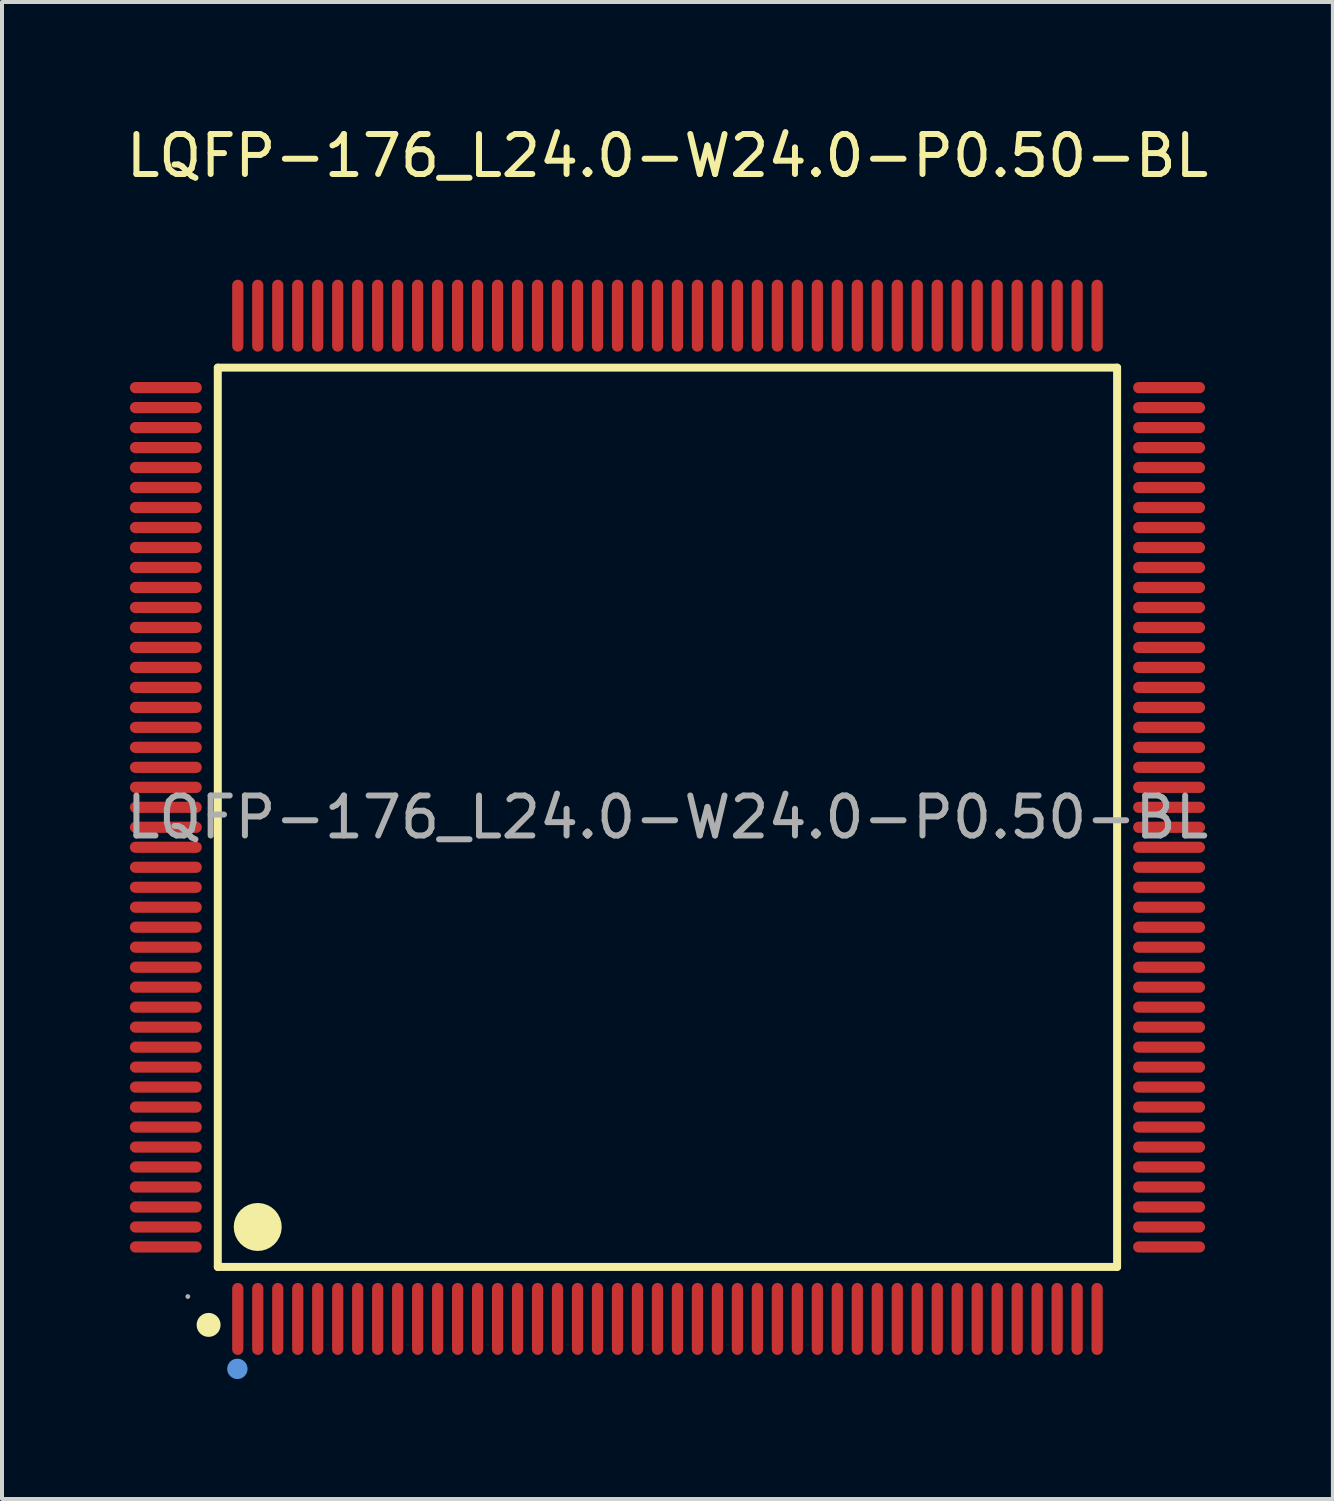
<source format=kicad_pcb>
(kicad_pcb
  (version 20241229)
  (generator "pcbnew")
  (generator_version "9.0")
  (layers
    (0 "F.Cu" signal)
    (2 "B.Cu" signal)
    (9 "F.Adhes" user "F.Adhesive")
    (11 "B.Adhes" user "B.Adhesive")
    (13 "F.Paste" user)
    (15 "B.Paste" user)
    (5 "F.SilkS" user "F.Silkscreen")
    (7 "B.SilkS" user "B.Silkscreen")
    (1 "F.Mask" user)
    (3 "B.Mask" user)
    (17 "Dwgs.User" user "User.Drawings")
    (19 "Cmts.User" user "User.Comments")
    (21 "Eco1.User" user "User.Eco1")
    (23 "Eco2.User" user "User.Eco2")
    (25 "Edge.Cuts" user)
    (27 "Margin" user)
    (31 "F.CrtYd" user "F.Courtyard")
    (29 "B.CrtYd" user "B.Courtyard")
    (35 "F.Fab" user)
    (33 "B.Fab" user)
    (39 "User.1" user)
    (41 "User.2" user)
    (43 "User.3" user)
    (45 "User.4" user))
  (footprint "LQFP-176_L24.0-W24.0-P0.50-BL"
    (layer "F.Cu")
    (at 13.649 17.398)
    (property "Reference" "LQFP-176_L24.0-W24.0-P0.50-BL" (at 0 -16.55 0) (layer "F.SilkS") (effects (font (size 1 1) (thickness 0.15))))
    (attr through_hole)
    (fp_line (start -11.25 -11.25) (end 11.25 -11.25) (stroke (width 0.2) (type solid)) (layer "F.SilkS"))
    (fp_line (start -11.25 11.25) (end -11.25 -11.25) (stroke (width 0.2) (type solid)) (layer "F.SilkS"))
    (fp_line (start 11.25 -11.25) (end 11.25 11.25) (stroke (width 0.2) (type solid)) (layer "F.SilkS"))
    (fp_line (start 11.25 11.25) (end -11.25 11.25) (stroke (width 0.2) (type solid)) (layer "F.SilkS"))
    (fp_arc (start -11.48 12.7) (mid -11.48 12.7) (end -11.48 12.7) (stroke (width 0.3) (type solid)) (layer "F.SilkS"))
    (fp_arc (start -10.24 9.95) (mid -10.254999 10.550125) (end -10.250004 9.949833) (stroke (width 0.6) (type solid)) (layer "F.SilkS"))
    (fp_circle (center -10.76 13.8) (end -10.63 13.8) (stroke (width 0.25) (type solid)) (fill no) (layer "Cmts.User"))
    (fp_circle (center -12 11.99) (end -11.97 11.99) (stroke (width 0.06) (type solid)) (fill no) (layer "F.Fab"))
    (fp_text user "${REFERENCE}" (at 0 0 0) (layer "F.Fab") (effects (font (size 1 1) (thickness 0.15))))
    (pad "1" smd oval (at -10.75 12.55 180) (size 0.28 1.8) (layers "F.Cu" "F.Mask" "F.Paste"))
    (pad "2" smd oval (at -10.25 12.55 180) (size 0.28 1.8) (layers "F.Cu" "F.Mask" "F.Paste"))
    (pad "3" smd oval (at -9.75 12.55 180) (size 0.28 1.8) (layers "F.Cu" "F.Mask" "F.Paste"))
    (pad "4" smd oval (at -9.25 12.55 180) (size 0.28 1.8) (layers "F.Cu" "F.Mask" "F.Paste"))
    (pad "5" smd oval (at -8.75 12.55 180) (size 0.28 1.8) (layers "F.Cu" "F.Mask" "F.Paste"))
    (pad "6" smd oval (at -8.25 12.55 180) (size 0.28 1.8) (layers "F.Cu" "F.Mask" "F.Paste"))
    (pad "7" smd oval (at -7.75 12.55 180) (size 0.28 1.8) (layers "F.Cu" "F.Mask" "F.Paste"))
    (pad "8" smd oval (at -7.25 12.55 180) (size 0.28 1.8) (layers "F.Cu" "F.Mask" "F.Paste"))
    (pad "9" smd oval (at -6.75 12.55 180) (size 0.28 1.8) (layers "F.Cu" "F.Mask" "F.Paste"))
    (pad "10" smd oval (at -6.25 12.55 180) (size 0.28 1.8) (layers "F.Cu" "F.Mask" "F.Paste"))
    (pad "11" smd oval (at -5.75 12.55 180) (size 0.28 1.8) (layers "F.Cu" "F.Mask" "F.Paste"))
    (pad "12" smd oval (at -5.25 12.55 180) (size 0.28 1.8) (layers "F.Cu" "F.Mask" "F.Paste"))
    (pad "13" smd oval (at -4.75 12.55 180) (size 0.28 1.8) (layers "F.Cu" "F.Mask" "F.Paste"))
    (pad "14" smd oval (at -4.25 12.55 180) (size 0.28 1.8) (layers "F.Cu" "F.Mask" "F.Paste"))
    (pad "15" smd oval (at -3.75 12.55 180) (size 0.28 1.8) (layers "F.Cu" "F.Mask" "F.Paste"))
    (pad "16" smd oval (at -3.25 12.55 180) (size 0.28 1.8) (layers "F.Cu" "F.Mask" "F.Paste"))
    (pad "17" smd oval (at -2.75 12.55 180) (size 0.28 1.8) (layers "F.Cu" "F.Mask" "F.Paste"))
    (pad "18" smd oval (at -2.25 12.55 180) (size 0.28 1.8) (layers "F.Cu" "F.Mask" "F.Paste"))
    (pad "19" smd oval (at -1.75 12.55 180) (size 0.28 1.8) (layers "F.Cu" "F.Mask" "F.Paste"))
    (pad "20" smd oval (at -1.25 12.55 180) (size 0.28 1.8) (layers "F.Cu" "F.Mask" "F.Paste"))
    (pad "21" smd oval (at -0.75 12.55 180) (size 0.28 1.8) (layers "F.Cu" "F.Mask" "F.Paste"))
    (pad "22" smd oval (at -0.25 12.55 180) (size 0.28 1.8) (layers "F.Cu" "F.Mask" "F.Paste"))
    (pad "23" smd oval (at 0.25 12.55 180) (size 0.28 1.8) (layers "F.Cu" "F.Mask" "F.Paste"))
    (pad "24" smd oval (at 0.75 12.55 180) (size 0.28 1.8) (layers "F.Cu" "F.Mask" "F.Paste"))
    (pad "25" smd oval (at 1.25 12.55 180) (size 0.28 1.8) (layers "F.Cu" "F.Mask" "F.Paste"))
    (pad "26" smd oval (at 1.75 12.55 180) (size 0.28 1.8) (layers "F.Cu" "F.Mask" "F.Paste"))
    (pad "27" smd oval (at 2.25 12.55 180) (size 0.28 1.8) (layers "F.Cu" "F.Mask" "F.Paste"))
    (pad "28" smd oval (at 2.75 12.55 180) (size 0.28 1.8) (layers "F.Cu" "F.Mask" "F.Paste"))
    (pad "29" smd oval (at 3.25 12.55 180) (size 0.28 1.8) (layers "F.Cu" "F.Mask" "F.Paste"))
    (pad "30" smd oval (at 3.75 12.55 180) (size 0.28 1.8) (layers "F.Cu" "F.Mask" "F.Paste"))
    (pad "31" smd oval (at 4.25 12.55 180) (size 0.28 1.8) (layers "F.Cu" "F.Mask" "F.Paste"))
    (pad "32" smd oval (at 4.75 12.55 180) (size 0.28 1.8) (layers "F.Cu" "F.Mask" "F.Paste"))
    (pad "33" smd oval (at 5.25 12.55 180) (size 0.28 1.8) (layers "F.Cu" "F.Mask" "F.Paste"))
    (pad "34" smd oval (at 5.75 12.55 180) (size 0.28 1.8) (layers "F.Cu" "F.Mask" "F.Paste"))
    (pad "35" smd oval (at 6.25 12.55 180) (size 0.28 1.8) (layers "F.Cu" "F.Mask" "F.Paste"))
    (pad "36" smd oval (at 6.75 12.55 180) (size 0.28 1.8) (layers "F.Cu" "F.Mask" "F.Paste"))
    (pad "37" smd oval (at 7.25 12.55 180) (size 0.28 1.8) (layers "F.Cu" "F.Mask" "F.Paste"))
    (pad "38" smd oval (at 7.75 12.55 180) (size 0.28 1.8) (layers "F.Cu" "F.Mask" "F.Paste"))
    (pad "39" smd oval (at 8.25 12.55 180) (size 0.28 1.8) (layers "F.Cu" "F.Mask" "F.Paste"))
    (pad "40" smd oval (at 8.75 12.55 180) (size 0.28 1.8) (layers "F.Cu" "F.Mask" "F.Paste"))
    (pad "41" smd oval (at 9.25 12.55 180) (size 0.28 1.8) (layers "F.Cu" "F.Mask" "F.Paste"))
    (pad "42" smd oval (at 9.75 12.55 180) (size 0.28 1.8) (layers "F.Cu" "F.Mask" "F.Paste"))
    (pad "43" smd oval (at 10.25 12.55 180) (size 0.28 1.8) (layers "F.Cu" "F.Mask" "F.Paste"))
    (pad "44" smd oval (at 10.75 12.55 180) (size 0.28 1.8) (layers "F.Cu" "F.Mask" "F.Paste"))
    (pad "45" smd oval (at 12.55 10.75 90) (size 0.28 1.8) (layers "F.Cu" "F.Mask" "F.Paste"))
    (pad "46" smd oval (at 12.55 10.25 90) (size 0.28 1.8) (layers "F.Cu" "F.Mask" "F.Paste"))
    (pad "47" smd oval (at 12.55 9.75 90) (size 0.28 1.8) (layers "F.Cu" "F.Mask" "F.Paste"))
    (pad "48" smd oval (at 12.55 9.25 90) (size 0.28 1.8) (layers "F.Cu" "F.Mask" "F.Paste"))
    (pad "49" smd oval (at 12.55 8.75 90) (size 0.28 1.8) (layers "F.Cu" "F.Mask" "F.Paste"))
    (pad "50" smd oval (at 12.55 8.25 90) (size 0.28 1.8) (layers "F.Cu" "F.Mask" "F.Paste"))
    (pad "51" smd oval (at 12.55 7.75 90) (size 0.28 1.8) (layers "F.Cu" "F.Mask" "F.Paste"))
    (pad "52" smd oval (at 12.55 7.25 90) (size 0.28 1.8) (layers "F.Cu" "F.Mask" "F.Paste"))
    (pad "53" smd oval (at 12.55 6.75 90) (size 0.28 1.8) (layers "F.Cu" "F.Mask" "F.Paste"))
    (pad "54" smd oval (at 12.55 6.25 90) (size 0.28 1.8) (layers "F.Cu" "F.Mask" "F.Paste"))
    (pad "55" smd oval (at 12.55 5.75 90) (size 0.28 1.8) (layers "F.Cu" "F.Mask" "F.Paste"))
    (pad "56" smd oval (at 12.55 5.25 90) (size 0.28 1.8) (layers "F.Cu" "F.Mask" "F.Paste"))
    (pad "57" smd oval (at 12.55 4.75 90) (size 0.28 1.8) (layers "F.Cu" "F.Mask" "F.Paste"))
    (pad "58" smd oval (at 12.55 4.25 90) (size 0.28 1.8) (layers "F.Cu" "F.Mask" "F.Paste"))
    (pad "59" smd oval (at 12.55 3.75 90) (size 0.28 1.8) (layers "F.Cu" "F.Mask" "F.Paste"))
    (pad "60" smd oval (at 12.55 3.25 90) (size 0.28 1.8) (layers "F.Cu" "F.Mask" "F.Paste"))
    (pad "61" smd oval (at 12.55 2.75 90) (size 0.28 1.8) (layers "F.Cu" "F.Mask" "F.Paste"))
    (pad "62" smd oval (at 12.55 2.25 90) (size 0.28 1.8) (layers "F.Cu" "F.Mask" "F.Paste"))
    (pad "63" smd oval (at 12.55 1.75 90) (size 0.28 1.8) (layers "F.Cu" "F.Mask" "F.Paste"))
    (pad "64" smd oval (at 12.55 1.25 90) (size 0.28 1.8) (layers "F.Cu" "F.Mask" "F.Paste"))
    (pad "65" smd oval (at 12.55 0.75 90) (size 0.28 1.8) (layers "F.Cu" "F.Mask" "F.Paste"))
    (pad "66" smd oval (at 12.55 0.25 90) (size 0.28 1.8) (layers "F.Cu" "F.Mask" "F.Paste"))
    (pad "67" smd oval (at 12.55 -0.25 90) (size 0.28 1.8) (layers "F.Cu" "F.Mask" "F.Paste"))
    (pad "68" smd oval (at 12.55 -0.75 90) (size 0.28 1.8) (layers "F.Cu" "F.Mask" "F.Paste"))
    (pad "69" smd oval (at 12.55 -1.25 90) (size 0.28 1.8) (layers "F.Cu" "F.Mask" "F.Paste"))
    (pad "70" smd oval (at 12.55 -1.75 90) (size 0.28 1.8) (layers "F.Cu" "F.Mask" "F.Paste"))
    (pad "71" smd oval (at 12.55 -2.25 90) (size 0.28 1.8) (layers "F.Cu" "F.Mask" "F.Paste"))
    (pad "72" smd oval (at 12.55 -2.75 90) (size 0.28 1.8) (layers "F.Cu" "F.Mask" "F.Paste"))
    (pad "73" smd oval (at 12.55 -3.25 90) (size 0.28 1.8) (layers "F.Cu" "F.Mask" "F.Paste"))
    (pad "74" smd oval (at 12.55 -3.75 90) (size 0.28 1.8) (layers "F.Cu" "F.Mask" "F.Paste"))
    (pad "75" smd oval (at 12.55 -4.25 90) (size 0.28 1.8) (layers "F.Cu" "F.Mask" "F.Paste"))
    (pad "76" smd oval (at 12.55 -4.75 90) (size 0.28 1.8) (layers "F.Cu" "F.Mask" "F.Paste"))
    (pad "77" smd oval (at 12.55 -5.25 90) (size 0.28 1.8) (layers "F.Cu" "F.Mask" "F.Paste"))
    (pad "78" smd oval (at 12.55 -5.75 90) (size 0.28 1.8) (layers "F.Cu" "F.Mask" "F.Paste"))
    (pad "79" smd oval (at 12.55 -6.25 90) (size 0.28 1.8) (layers "F.Cu" "F.Mask" "F.Paste"))
    (pad "80" smd oval (at 12.55 -6.75 90) (size 0.28 1.8) (layers "F.Cu" "F.Mask" "F.Paste"))
    (pad "81" smd oval (at 12.55 -7.25 90) (size 0.28 1.8) (layers "F.Cu" "F.Mask" "F.Paste"))
    (pad "82" smd oval (at 12.55 -7.75 90) (size 0.28 1.8) (layers "F.Cu" "F.Mask" "F.Paste"))
    (pad "83" smd oval (at 12.55 -8.25 90) (size 0.28 1.8) (layers "F.Cu" "F.Mask" "F.Paste"))
    (pad "84" smd oval (at 12.55 -8.75 90) (size 0.28 1.8) (layers "F.Cu" "F.Mask" "F.Paste"))
    (pad "85" smd oval (at 12.55 -9.25 90) (size 0.28 1.8) (layers "F.Cu" "F.Mask" "F.Paste"))
    (pad "86" smd oval (at 12.55 -9.75 90) (size 0.28 1.8) (layers "F.Cu" "F.Mask" "F.Paste"))
    (pad "87" smd oval (at 12.55 -10.25 90) (size 0.28 1.8) (layers "F.Cu" "F.Mask" "F.Paste"))
    (pad "88" smd oval (at 12.55 -10.75 90) (size 0.28 1.8) (layers "F.Cu" "F.Mask" "F.Paste"))
    (pad "89" smd oval (at 10.75 -12.55 180) (size 0.28 1.8) (layers "F.Cu" "F.Mask" "F.Paste"))
    (pad "90" smd oval (at 10.25 -12.55 180) (size 0.28 1.8) (layers "F.Cu" "F.Mask" "F.Paste"))
    (pad "91" smd oval (at 9.75 -12.55 180) (size 0.28 1.8) (layers "F.Cu" "F.Mask" "F.Paste"))
    (pad "92" smd oval (at 9.25 -12.55 180) (size 0.28 1.8) (layers "F.Cu" "F.Mask" "F.Paste"))
    (pad "93" smd oval (at 8.75 -12.55 180) (size 0.28 1.8) (layers "F.Cu" "F.Mask" "F.Paste"))
    (pad "94" smd oval (at 8.25 -12.55 180) (size 0.28 1.8) (layers "F.Cu" "F.Mask" "F.Paste"))
    (pad "95" smd oval (at 7.75 -12.55 180) (size 0.28 1.8) (layers "F.Cu" "F.Mask" "F.Paste"))
    (pad "96" smd oval (at 7.25 -12.55 180) (size 0.28 1.8) (layers "F.Cu" "F.Mask" "F.Paste"))
    (pad "97" smd oval (at 6.75 -12.55 180) (size 0.28 1.8) (layers "F.Cu" "F.Mask" "F.Paste"))
    (pad "98" smd oval (at 6.25 -12.55 180) (size 0.28 1.8) (layers "F.Cu" "F.Mask" "F.Paste"))
    (pad "99" smd oval (at 5.75 -12.55 180) (size 0.28 1.8) (layers "F.Cu" "F.Mask" "F.Paste"))
    (pad "100" smd oval (at 5.25 -12.55 180) (size 0.28 1.8) (layers "F.Cu" "F.Mask" "F.Paste"))
    (pad "101" smd oval (at 4.75 -12.55 180) (size 0.28 1.8) (layers "F.Cu" "F.Mask" "F.Paste"))
    (pad "102" smd oval (at 4.25 -12.55 180) (size 0.28 1.8) (layers "F.Cu" "F.Mask" "F.Paste"))
    (pad "103" smd oval (at 3.75 -12.55 180) (size 0.28 1.8) (layers "F.Cu" "F.Mask" "F.Paste"))
    (pad "104" smd oval (at 3.25 -12.55 180) (size 0.28 1.8) (layers "F.Cu" "F.Mask" "F.Paste"))
    (pad "105" smd oval (at 2.75 -12.55 180) (size 0.28 1.8) (layers "F.Cu" "F.Mask" "F.Paste"))
    (pad "106" smd oval (at 2.25 -12.55 180) (size 0.28 1.8) (layers "F.Cu" "F.Mask" "F.Paste"))
    (pad "107" smd oval (at 1.75 -12.55 180) (size 0.28 1.8) (layers "F.Cu" "F.Mask" "F.Paste"))
    (pad "108" smd oval (at 1.25 -12.55 180) (size 0.28 1.8) (layers "F.Cu" "F.Mask" "F.Paste"))
    (pad "109" smd oval (at 0.75 -12.55 180) (size 0.28 1.8) (layers "F.Cu" "F.Mask" "F.Paste"))
    (pad "110" smd oval (at 0.25 -12.55 180) (size 0.28 1.8) (layers "F.Cu" "F.Mask" "F.Paste"))
    (pad "111" smd oval (at -0.25 -12.55 180) (size 0.28 1.8) (layers "F.Cu" "F.Mask" "F.Paste"))
    (pad "112" smd oval (at -0.75 -12.55 180) (size 0.28 1.8) (layers "F.Cu" "F.Mask" "F.Paste"))
    (pad "113" smd oval (at -1.25 -12.55 180) (size 0.28 1.8) (layers "F.Cu" "F.Mask" "F.Paste"))
    (pad "114" smd oval (at -1.75 -12.55 180) (size 0.28 1.8) (layers "F.Cu" "F.Mask" "F.Paste"))
    (pad "115" smd oval (at -2.25 -12.55 180) (size 0.28 1.8) (layers "F.Cu" "F.Mask" "F.Paste"))
    (pad "116" smd oval (at -2.75 -12.55 180) (size 0.28 1.8) (layers "F.Cu" "F.Mask" "F.Paste"))
    (pad "117" smd oval (at -3.25 -12.55 180) (size 0.28 1.8) (layers "F.Cu" "F.Mask" "F.Paste"))
    (pad "118" smd oval (at -3.75 -12.55 180) (size 0.28 1.8) (layers "F.Cu" "F.Mask" "F.Paste"))
    (pad "119" smd oval (at -4.25 -12.55 180) (size 0.28 1.8) (layers "F.Cu" "F.Mask" "F.Paste"))
    (pad "120" smd oval (at -4.75 -12.55 180) (size 0.28 1.8) (layers "F.Cu" "F.Mask" "F.Paste"))
    (pad "121" smd oval (at -5.25 -12.55 180) (size 0.28 1.8) (layers "F.Cu" "F.Mask" "F.Paste"))
    (pad "122" smd oval (at -5.75 -12.55 180) (size 0.28 1.8) (layers "F.Cu" "F.Mask" "F.Paste"))
    (pad "123" smd oval (at -6.25 -12.55 180) (size 0.28 1.8) (layers "F.Cu" "F.Mask" "F.Paste"))
    (pad "124" smd oval (at -6.75 -12.55 180) (size 0.28 1.8) (layers "F.Cu" "F.Mask" "F.Paste"))
    (pad "125" smd oval (at -7.25 -12.55 180) (size 0.28 1.8) (layers "F.Cu" "F.Mask" "F.Paste"))
    (pad "126" smd oval (at -7.75 -12.55 180) (size 0.28 1.8) (layers "F.Cu" "F.Mask" "F.Paste"))
    (pad "127" smd oval (at -8.25 -12.55 180) (size 0.28 1.8) (layers "F.Cu" "F.Mask" "F.Paste"))
    (pad "128" smd oval (at -8.75 -12.55 180) (size 0.28 1.8) (layers "F.Cu" "F.Mask" "F.Paste"))
    (pad "129" smd oval (at -9.25 -12.55 180) (size 0.28 1.8) (layers "F.Cu" "F.Mask" "F.Paste"))
    (pad "130" smd oval (at -9.75 -12.55 180) (size 0.28 1.8) (layers "F.Cu" "F.Mask" "F.Paste"))
    (pad "131" smd oval (at -10.25 -12.55 180) (size 0.28 1.8) (layers "F.Cu" "F.Mask" "F.Paste"))
    (pad "132" smd oval (at -10.75 -12.55 180) (size 0.28 1.8) (layers "F.Cu" "F.Mask" "F.Paste"))
    (pad "133" smd oval (at -12.55 -10.75 90) (size 0.28 1.8) (layers "F.Cu" "F.Mask" "F.Paste"))
    (pad "134" smd oval (at -12.55 -10.25 90) (size 0.28 1.8) (layers "F.Cu" "F.Mask" "F.Paste"))
    (pad "135" smd oval (at -12.55 -9.75 90) (size 0.28 1.8) (layers "F.Cu" "F.Mask" "F.Paste"))
    (pad "136" smd oval (at -12.55 -9.25 90) (size 0.28 1.8) (layers "F.Cu" "F.Mask" "F.Paste"))
    (pad "137" smd oval (at -12.55 -8.75 90) (size 0.28 1.8) (layers "F.Cu" "F.Mask" "F.Paste"))
    (pad "138" smd oval (at -12.55 -8.25 90) (size 0.28 1.8) (layers "F.Cu" "F.Mask" "F.Paste"))
    (pad "139" smd oval (at -12.55 -7.75 90) (size 0.28 1.8) (layers "F.Cu" "F.Mask" "F.Paste"))
    (pad "140" smd oval (at -12.55 -7.25 90) (size 0.28 1.8) (layers "F.Cu" "F.Mask" "F.Paste"))
    (pad "141" smd oval (at -12.55 -6.75 90) (size 0.28 1.8) (layers "F.Cu" "F.Mask" "F.Paste"))
    (pad "142" smd oval (at -12.55 -6.25 90) (size 0.28 1.8) (layers "F.Cu" "F.Mask" "F.Paste"))
    (pad "143" smd oval (at -12.55 -5.75 90) (size 0.28 1.8) (layers "F.Cu" "F.Mask" "F.Paste"))
    (pad "144" smd oval (at -12.55 -5.25 90) (size 0.28 1.8) (layers "F.Cu" "F.Mask" "F.Paste"))
    (pad "145" smd oval (at -12.55 -4.75 90) (size 0.28 1.8) (layers "F.Cu" "F.Mask" "F.Paste"))
    (pad "146" smd oval (at -12.55 -4.25 90) (size 0.28 1.8) (layers "F.Cu" "F.Mask" "F.Paste"))
    (pad "147" smd oval (at -12.55 -3.75 90) (size 0.28 1.8) (layers "F.Cu" "F.Mask" "F.Paste"))
    (pad "148" smd oval (at -12.55 -3.25 90) (size 0.28 1.8) (layers "F.Cu" "F.Mask" "F.Paste"))
    (pad "149" smd oval (at -12.55 -2.75 90) (size 0.28 1.8) (layers "F.Cu" "F.Mask" "F.Paste"))
    (pad "150" smd oval (at -12.55 -2.25 90) (size 0.28 1.8) (layers "F.Cu" "F.Mask" "F.Paste"))
    (pad "151" smd oval (at -12.55 -1.75 90) (size 0.28 1.8) (layers "F.Cu" "F.Mask" "F.Paste"))
    (pad "152" smd oval (at -12.55 -1.25 90) (size 0.28 1.8) (layers "F.Cu" "F.Mask" "F.Paste"))
    (pad "153" smd oval (at -12.55 -0.75 90) (size 0.28 1.8) (layers "F.Cu" "F.Mask" "F.Paste"))
    (pad "154" smd oval (at -12.55 -0.25 90) (size 0.28 1.8) (layers "F.Cu" "F.Mask" "F.Paste"))
    (pad "155" smd oval (at -12.55 0.25 90) (size 0.28 1.8) (layers "F.Cu" "F.Mask" "F.Paste"))
    (pad "156" smd oval (at -12.55 0.75 90) (size 0.28 1.8) (layers "F.Cu" "F.Mask" "F.Paste"))
    (pad "157" smd oval (at -12.55 1.25 90) (size 0.28 1.8) (layers "F.Cu" "F.Mask" "F.Paste"))
    (pad "158" smd oval (at -12.55 1.75 90) (size 0.28 1.8) (layers "F.Cu" "F.Mask" "F.Paste"))
    (pad "159" smd oval (at -12.55 2.25 90) (size 0.28 1.8) (layers "F.Cu" "F.Mask" "F.Paste"))
    (pad "160" smd oval (at -12.55 2.75 90) (size 0.28 1.8) (layers "F.Cu" "F.Mask" "F.Paste"))
    (pad "161" smd oval (at -12.55 3.25 90) (size 0.28 1.8) (layers "F.Cu" "F.Mask" "F.Paste"))
    (pad "162" smd oval (at -12.55 3.75 90) (size 0.28 1.8) (layers "F.Cu" "F.Mask" "F.Paste"))
    (pad "163" smd oval (at -12.55 4.25 90) (size 0.28 1.8) (layers "F.Cu" "F.Mask" "F.Paste"))
    (pad "164" smd oval (at -12.55 4.75 90) (size 0.28 1.8) (layers "F.Cu" "F.Mask" "F.Paste"))
    (pad "165" smd oval (at -12.55 5.25 90) (size 0.28 1.8) (layers "F.Cu" "F.Mask" "F.Paste"))
    (pad "166" smd oval (at -12.55 5.75 90) (size 0.28 1.8) (layers "F.Cu" "F.Mask" "F.Paste"))
    (pad "167" smd oval (at -12.55 6.25 90) (size 0.28 1.8) (layers "F.Cu" "F.Mask" "F.Paste"))
    (pad "168" smd oval (at -12.55 6.75 90) (size 0.28 1.8) (layers "F.Cu" "F.Mask" "F.Paste"))
    (pad "169" smd oval (at -12.55 7.25 90) (size 0.28 1.8) (layers "F.Cu" "F.Mask" "F.Paste"))
    (pad "170" smd oval (at -12.55 7.75 90) (size 0.28 1.8) (layers "F.Cu" "F.Mask" "F.Paste"))
    (pad "171" smd oval (at -12.55 8.25 90) (size 0.28 1.8) (layers "F.Cu" "F.Mask" "F.Paste"))
    (pad "172" smd oval (at -12.55 8.75 90) (size 0.28 1.8) (layers "F.Cu" "F.Mask" "F.Paste"))
    (pad "173" smd oval (at -12.55 9.25 90) (size 0.28 1.8) (layers "F.Cu" "F.Mask" "F.Paste"))
    (pad "174" smd oval (at -12.55 9.75 90) (size 0.28 1.8) (layers "F.Cu" "F.Mask" "F.Paste"))
    (pad "175" smd oval (at -12.55 10.25 90) (size 0.28 1.8) (layers "F.Cu" "F.Mask" "F.Paste"))
    (pad "176" smd oval (at -12.55 10.75 90) (size 0.28 1.8) (layers "F.Cu" "F.Mask" "F.Paste")))
  (gr_rect
    (start -3 -3)
    (end 30.298 34.453)
    (stroke (width 0.1) (type default))
    (fill no)
    (layer "Edge.Cuts")))
</source>
